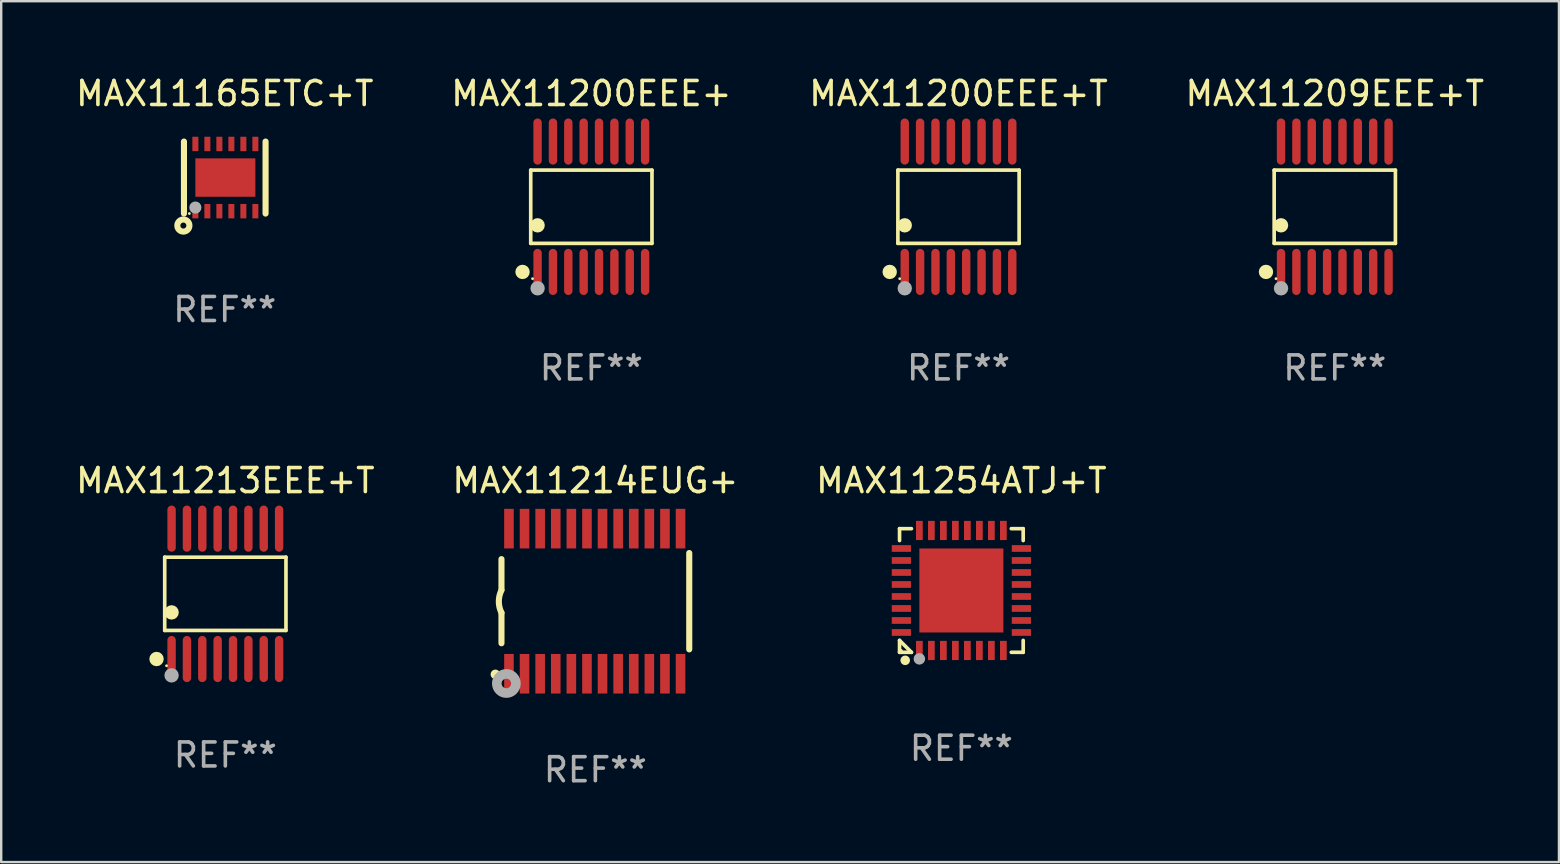
<source format=kicad_pcb>
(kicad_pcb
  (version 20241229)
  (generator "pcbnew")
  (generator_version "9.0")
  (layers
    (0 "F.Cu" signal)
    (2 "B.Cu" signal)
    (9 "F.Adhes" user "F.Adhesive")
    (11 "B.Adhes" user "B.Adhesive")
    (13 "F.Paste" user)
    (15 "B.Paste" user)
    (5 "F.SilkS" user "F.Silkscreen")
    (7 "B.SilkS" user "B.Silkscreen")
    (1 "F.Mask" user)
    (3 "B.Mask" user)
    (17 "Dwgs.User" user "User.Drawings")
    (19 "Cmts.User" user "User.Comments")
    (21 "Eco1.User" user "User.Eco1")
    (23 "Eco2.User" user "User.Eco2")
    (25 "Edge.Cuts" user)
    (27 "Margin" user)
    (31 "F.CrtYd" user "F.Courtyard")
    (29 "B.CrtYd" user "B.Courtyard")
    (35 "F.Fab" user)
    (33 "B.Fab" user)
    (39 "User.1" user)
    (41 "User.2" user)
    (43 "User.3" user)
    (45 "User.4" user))
  (footprint "MAX11254ATJ+T"
    (layer "F.Cu")
    (at 37.006 21.553)
    (property "Reference" "MAX11254ATJ+T" (at 0 -4.576 0) (layer "F.SilkS") (effects (font (size 1 1) (thickness 0.15))))
    (attr through_hole)
    (fp_line (start -2.576 -2.576) (end -2.08 -2.576) (stroke (width 0.152) (type solid)) (layer "F.SilkS"))
    (fp_line (start -2.576 -2.08) (end -2.576 -2.576) (stroke (width 0.152) (type solid)) (layer "F.SilkS"))
    (fp_line (start -2.576 2.08) (end -2.576 2.576) (stroke (width 0.152) (type solid)) (layer "F.SilkS"))
    (fp_line (start -2.576 2.08) (end -2.08 2.576) (stroke (width 0.152) (type solid)) (layer "F.SilkS"))
    (fp_line (start -2.576 2.576) (end -2.08 2.576) (stroke (width 0.152) (type solid)) (layer "F.SilkS"))
    (fp_line (start 2.576 -2.576) (end 2.08 -2.576) (stroke (width 0.152) (type solid)) (layer "F.SilkS"))
    (fp_line (start 2.576 -2.08) (end 2.576 -2.576) (stroke (width 0.152) (type solid)) (layer "F.SilkS"))
    (fp_line (start 2.576 2.08) (end 2.576 2.576) (stroke (width 0.152) (type solid)) (layer "F.SilkS"))
    (fp_line (start 2.576 2.576) (end 2.08 2.576) (stroke (width 0.152) (type solid)) (layer "F.SilkS"))
    (fp_circle (center -2.5 2.5) (end -2.47 2.5) (stroke (width 0.06) (type solid)) (fill no) (layer "F.SilkS"))
    (fp_circle (center -2.34 2.91) (end -2.24 2.91) (stroke (width 0.2) (type solid)) (fill no) (layer "F.SilkS"))
    (fp_circle (center -1.75 2.85) (end -1.63 2.85) (stroke (width 0.24) (type solid)) (fill no) (layer "F.Fab"))
    (fp_text user "REF**" (at 0 6.576 0) (layer "F.Fab") (effects (font (size 1 1) (thickness 0.15))))
    (pad "1" smd rect (at -1.75 2.5) (size 0.28 0.8) (layers "F.Cu" "F.Mask" "F.Paste"))
    (pad "2" smd rect (at -1.25 2.5) (size 0.28 0.8) (layers "F.Cu" "F.Mask" "F.Paste"))
    (pad "3" smd rect (at -0.75 2.5) (size 0.28 0.8) (layers "F.Cu" "F.Mask" "F.Paste"))
    (pad "4" smd rect (at -0.25 2.5) (size 0.28 0.8) (layers "F.Cu" "F.Mask" "F.Paste"))
    (pad "5" smd rect (at 0.25 2.5) (size 0.28 0.8) (layers "F.Cu" "F.Mask" "F.Paste"))
    (pad "6" smd rect (at 0.75 2.5) (size 0.28 0.8) (layers "F.Cu" "F.Mask" "F.Paste"))
    (pad "7" smd rect (at 1.25 2.5) (size 0.28 0.8) (layers "F.Cu" "F.Mask" "F.Paste"))
    (pad "8" smd rect (at 1.75 2.5) (size 0.28 0.8) (layers "F.Cu" "F.Mask" "F.Paste"))
    (pad "9" smd rect (at 2.5 1.75) (size 0.8 0.28) (layers "F.Cu" "F.Mask" "F.Paste"))
    (pad "10" smd rect (at 2.5 1.25) (size 0.8 0.28) (layers "F.Cu" "F.Mask" "F.Paste"))
    (pad "11" smd rect (at 2.5 0.75) (size 0.8 0.28) (layers "F.Cu" "F.Mask" "F.Paste"))
    (pad "12" smd rect (at 2.5 0.25) (size 0.8 0.28) (layers "F.Cu" "F.Mask" "F.Paste"))
    (pad "13" smd rect (at 2.5 -0.25) (size 0.8 0.28) (layers "F.Cu" "F.Mask" "F.Paste"))
    (pad "14" smd rect (at 2.5 -0.75) (size 0.8 0.28) (layers "F.Cu" "F.Mask" "F.Paste"))
    (pad "15" smd rect (at 2.5 -1.25) (size 0.8 0.28) (layers "F.Cu" "F.Mask" "F.Paste"))
    (pad "16" smd rect (at 2.5 -1.75) (size 0.8 0.28) (layers "F.Cu" "F.Mask" "F.Paste"))
    (pad "17" smd rect (at 1.75 -2.5) (size 0.28 0.8) (layers "F.Cu" "F.Mask" "F.Paste"))
    (pad "18" smd rect (at 1.25 -2.5) (size 0.28 0.8) (layers "F.Cu" "F.Mask" "F.Paste"))
    (pad "19" smd rect (at 0.75 -2.5) (size 0.28 0.8) (layers "F.Cu" "F.Mask" "F.Paste"))
    (pad "20" smd rect (at 0.25 -2.5) (size 0.28 0.8) (layers "F.Cu" "F.Mask" "F.Paste"))
    (pad "21" smd rect (at -0.25 -2.5) (size 0.28 0.8) (layers "F.Cu" "F.Mask" "F.Paste"))
    (pad "22" smd rect (at -0.75 -2.5) (size 0.28 0.8) (layers "F.Cu" "F.Mask" "F.Paste"))
    (pad "23" smd rect (at -1.25 -2.5) (size 0.28 0.8) (layers "F.Cu" "F.Mask" "F.Paste"))
    (pad "24" smd rect (at -1.75 -2.5) (size 0.28 0.8) (layers "F.Cu" "F.Mask" "F.Paste"))
    (pad "25" smd rect (at -2.5 -1.75) (size 0.8 0.28) (layers "F.Cu" "F.Mask" "F.Paste"))
    (pad "26" smd rect (at -2.5 -1.25) (size 0.8 0.28) (layers "F.Cu" "F.Mask" "F.Paste"))
    (pad "27" smd rect (at -2.5 -0.75) (size 0.8 0.28) (layers "F.Cu" "F.Mask" "F.Paste"))
    (pad "28" smd rect (at -2.5 -0.25) (size 0.8 0.28) (layers "F.Cu" "F.Mask" "F.Paste"))
    (pad "29" smd rect (at -2.5 0.25) (size 0.8 0.28) (layers "F.Cu" "F.Mask" "F.Paste"))
    (pad "30" smd rect (at -2.5 0.75) (size 0.8 0.28) (layers "F.Cu" "F.Mask" "F.Paste"))
    (pad "31" smd rect (at -2.5 1.25) (size 0.8 0.28) (layers "F.Cu" "F.Mask" "F.Paste"))
    (pad "32" smd rect (at -2.5 1.75) (size 0.8 0.28) (layers "F.Cu" "F.Mask" "F.Paste"))
    (pad "33" smd rect (at 0 0) (size 3.5 3.5) (layers "F.Cu" "F.Mask" "F.Paste")))
  (footprint "MAX11200EEE+T"
    (layer "F.Cu")
    (at 36.887 5.564)
    (property "Reference" "MAX11200EEE+T" (at 0 -4.716 0) (layer "F.SilkS") (effects (font (size 1 1) (thickness 0.15))))
    (attr through_hole)
    (fp_line (start -2.526 -1.526) (end 2.526 -1.526) (stroke (width 0.152) (type solid)) (layer "F.SilkS"))
    (fp_line (start -2.526 1.526) (end -2.526 -1.526) (stroke (width 0.152) (type solid)) (layer "F.SilkS"))
    (fp_line (start 2.526 -1.526) (end 2.526 1.526) (stroke (width 0.152) (type solid)) (layer "F.SilkS"))
    (fp_line (start 2.526 1.526) (end -2.526 1.526) (stroke (width 0.152) (type solid)) (layer "F.SilkS"))
    (fp_circle (center -2.867 2.716) (end -2.717 2.716) (stroke (width 0.3) (type solid)) (fill no) (layer "F.SilkS"))
    (fp_circle (center -2.45 2.997) (end -2.42 2.997) (stroke (width 0.06) (type solid)) (fill no) (layer "F.SilkS"))
    (fp_circle (center -2.24 0.774) (end -2.09 0.774) (stroke (width 0.3) (type solid)) (fill no) (layer "F.SilkS"))
    (fp_circle (center -2.24 3.398) (end -2.09 3.398) (stroke (width 0.3) (type solid)) (fill no) (layer "F.Fab"))
    (fp_text user "REF**" (at 0 6.716 0) (layer "F.Fab") (effects (font (size 1 1) (thickness 0.15))))
    (pad "1" smd oval (at -2.24 2.716) (size 0.35 1.922) (layers "F.Cu" "F.Mask" "F.Paste"))
    (pad "2" smd oval (at -1.6 2.716) (size 0.35 1.922) (layers "F.Cu" "F.Mask" "F.Paste"))
    (pad "3" smd oval (at -0.96 2.716) (size 0.35 1.922) (layers "F.Cu" "F.Mask" "F.Paste"))
    (pad "4" smd oval (at -0.32 2.716) (size 0.35 1.922) (layers "F.Cu" "F.Mask" "F.Paste"))
    (pad "5" smd oval (at 0.32 2.716) (size 0.35 1.922) (layers "F.Cu" "F.Mask" "F.Paste"))
    (pad "6" smd oval (at 0.96 2.716) (size 0.35 1.922) (layers "F.Cu" "F.Mask" "F.Paste"))
    (pad "7" smd oval (at 1.6 2.716) (size 0.35 1.922) (layers "F.Cu" "F.Mask" "F.Paste"))
    (pad "8" smd oval (at 2.24 2.716) (size 0.35 1.922) (layers "F.Cu" "F.Mask" "F.Paste"))
    (pad "9" smd oval (at 2.24 -2.716) (size 0.35 1.922) (layers "F.Cu" "F.Mask" "F.Paste"))
    (pad "10" smd oval (at 1.6 -2.716) (size 0.35 1.922) (layers "F.Cu" "F.Mask" "F.Paste"))
    (pad "11" smd oval (at 0.96 -2.716) (size 0.35 1.922) (layers "F.Cu" "F.Mask" "F.Paste"))
    (pad "12" smd oval (at 0.32 -2.716) (size 0.35 1.922) (layers "F.Cu" "F.Mask" "F.Paste"))
    (pad "13" smd oval (at -0.32 -2.716) (size 0.35 1.922) (layers "F.Cu" "F.Mask" "F.Paste"))
    (pad "14" smd oval (at -0.96 -2.716) (size 0.35 1.922) (layers "F.Cu" "F.Mask" "F.Paste"))
    (pad "15" smd oval (at -1.6 -2.716) (size 0.35 1.922) (layers "F.Cu" "F.Mask" "F.Paste"))
    (pad "16" smd oval (at -2.24 -2.716) (size 0.35 1.922) (layers "F.Cu" "F.Mask" "F.Paste")))
  (footprint "MAX11213EEE+T"
    (layer "F.Cu")
    (at 6.339 21.692)
    (property "Reference" "MAX11213EEE+T" (at 0 -4.716 0) (layer "F.SilkS") (effects (font (size 1 1) (thickness 0.15))))
    (attr through_hole)
    (fp_line (start -2.526 -1.526) (end 2.526 -1.526) (stroke (width 0.152) (type solid)) (layer "F.SilkS"))
    (fp_line (start -2.526 1.526) (end -2.526 -1.526) (stroke (width 0.152) (type solid)) (layer "F.SilkS"))
    (fp_line (start 2.526 -1.526) (end 2.526 1.526) (stroke (width 0.152) (type solid)) (layer "F.SilkS"))
    (fp_line (start 2.526 1.526) (end -2.526 1.526) (stroke (width 0.152) (type solid)) (layer "F.SilkS"))
    (fp_circle (center -2.867 2.716) (end -2.717 2.716) (stroke (width 0.3) (type solid)) (fill no) (layer "F.SilkS"))
    (fp_circle (center -2.45 2.997) (end -2.42 2.997) (stroke (width 0.06) (type solid)) (fill no) (layer "F.SilkS"))
    (fp_circle (center -2.24 0.774) (end -2.09 0.774) (stroke (width 0.3) (type solid)) (fill no) (layer "F.SilkS"))
    (fp_circle (center -2.24 3.398) (end -2.09 3.398) (stroke (width 0.3) (type solid)) (fill no) (layer "F.Fab"))
    (fp_text user "REF**" (at 0 6.716 0) (layer "F.Fab") (effects (font (size 1 1) (thickness 0.15))))
    (pad "1" smd oval (at -2.24 2.716) (size 0.35 1.922) (layers "F.Cu" "F.Mask" "F.Paste"))
    (pad "2" smd oval (at -1.6 2.716) (size 0.35 1.922) (layers "F.Cu" "F.Mask" "F.Paste"))
    (pad "3" smd oval (at -0.96 2.716) (size 0.35 1.922) (layers "F.Cu" "F.Mask" "F.Paste"))
    (pad "4" smd oval (at -0.32 2.716) (size 0.35 1.922) (layers "F.Cu" "F.Mask" "F.Paste"))
    (pad "5" smd oval (at 0.32 2.716) (size 0.35 1.922) (layers "F.Cu" "F.Mask" "F.Paste"))
    (pad "6" smd oval (at 0.96 2.716) (size 0.35 1.922) (layers "F.Cu" "F.Mask" "F.Paste"))
    (pad "7" smd oval (at 1.6 2.716) (size 0.35 1.922) (layers "F.Cu" "F.Mask" "F.Paste"))
    (pad "8" smd oval (at 2.24 2.716) (size 0.35 1.922) (layers "F.Cu" "F.Mask" "F.Paste"))
    (pad "9" smd oval (at 2.24 -2.716) (size 0.35 1.922) (layers "F.Cu" "F.Mask" "F.Paste"))
    (pad "10" smd oval (at 1.6 -2.716) (size 0.35 1.922) (layers "F.Cu" "F.Mask" "F.Paste"))
    (pad "11" smd oval (at 0.96 -2.716) (size 0.35 1.922) (layers "F.Cu" "F.Mask" "F.Paste"))
    (pad "12" smd oval (at 0.32 -2.716) (size 0.35 1.922) (layers "F.Cu" "F.Mask" "F.Paste"))
    (pad "13" smd oval (at -0.32 -2.716) (size 0.35 1.922) (layers "F.Cu" "F.Mask" "F.Paste"))
    (pad "14" smd oval (at -0.96 -2.716) (size 0.35 1.922) (layers "F.Cu" "F.Mask" "F.Paste"))
    (pad "15" smd oval (at -1.6 -2.716) (size 0.35 1.922) (layers "F.Cu" "F.Mask" "F.Paste"))
    (pad "16" smd oval (at -2.24 -2.716) (size 0.35 1.922) (layers "F.Cu" "F.Mask" "F.Paste")))
  (footprint "MAX11200EEE+"
    (layer "F.Cu")
    (at 21.589 5.564)
    (property "Reference" "MAX11200EEE+" (at 0 -4.716 0) (layer "F.SilkS") (effects (font (size 1 1) (thickness 0.15))))
    (attr through_hole)
    (fp_line (start -2.526 -1.526) (end 2.526 -1.526) (stroke (width 0.152) (type solid)) (layer "F.SilkS"))
    (fp_line (start -2.526 1.526) (end -2.526 -1.526) (stroke (width 0.152) (type solid)) (layer "F.SilkS"))
    (fp_line (start 2.526 -1.526) (end 2.526 1.526) (stroke (width 0.152) (type solid)) (layer "F.SilkS"))
    (fp_line (start 2.526 1.526) (end -2.526 1.526) (stroke (width 0.152) (type solid)) (layer "F.SilkS"))
    (fp_circle (center -2.867 2.716) (end -2.717 2.716) (stroke (width 0.3) (type solid)) (fill no) (layer "F.SilkS"))
    (fp_circle (center -2.45 2.997) (end -2.42 2.997) (stroke (width 0.06) (type solid)) (fill no) (layer "F.SilkS"))
    (fp_circle (center -2.24 0.774) (end -2.09 0.774) (stroke (width 0.3) (type solid)) (fill no) (layer "F.SilkS"))
    (fp_circle (center -2.24 3.398) (end -2.09 3.398) (stroke (width 0.3) (type solid)) (fill no) (layer "F.Fab"))
    (fp_text user "REF**" (at 0 6.716 0) (layer "F.Fab") (effects (font (size 1 1) (thickness 0.15))))
    (pad "1" smd oval (at -2.24 2.716) (size 0.35 1.922) (layers "F.Cu" "F.Mask" "F.Paste"))
    (pad "2" smd oval (at -1.6 2.716) (size 0.35 1.922) (layers "F.Cu" "F.Mask" "F.Paste"))
    (pad "3" smd oval (at -0.96 2.716) (size 0.35 1.922) (layers "F.Cu" "F.Mask" "F.Paste"))
    (pad "4" smd oval (at -0.32 2.716) (size 0.35 1.922) (layers "F.Cu" "F.Mask" "F.Paste"))
    (pad "5" smd oval (at 0.32 2.716) (size 0.35 1.922) (layers "F.Cu" "F.Mask" "F.Paste"))
    (pad "6" smd oval (at 0.96 2.716) (size 0.35 1.922) (layers "F.Cu" "F.Mask" "F.Paste"))
    (pad "7" smd oval (at 1.6 2.716) (size 0.35 1.922) (layers "F.Cu" "F.Mask" "F.Paste"))
    (pad "8" smd oval (at 2.24 2.716) (size 0.35 1.922) (layers "F.Cu" "F.Mask" "F.Paste"))
    (pad "9" smd oval (at 2.24 -2.716) (size 0.35 1.922) (layers "F.Cu" "F.Mask" "F.Paste"))
    (pad "10" smd oval (at 1.6 -2.716) (size 0.35 1.922) (layers "F.Cu" "F.Mask" "F.Paste"))
    (pad "11" smd oval (at 0.96 -2.716) (size 0.35 1.922) (layers "F.Cu" "F.Mask" "F.Paste"))
    (pad "12" smd oval (at 0.32 -2.716) (size 0.35 1.922) (layers "F.Cu" "F.Mask" "F.Paste"))
    (pad "13" smd oval (at -0.32 -2.716) (size 0.35 1.922) (layers "F.Cu" "F.Mask" "F.Paste"))
    (pad "14" smd oval (at -0.96 -2.716) (size 0.35 1.922) (layers "F.Cu" "F.Mask" "F.Paste"))
    (pad "15" smd oval (at -1.6 -2.716) (size 0.35 1.922) (layers "F.Cu" "F.Mask" "F.Paste"))
    (pad "16" smd oval (at -2.24 -2.716) (size 0.35 1.922) (layers "F.Cu" "F.Mask" "F.Paste")))
  (footprint "MAX11165ETC+T"
    (layer "F.Cu")
    (at 6.315 4.348)
    (property "Reference" "MAX11165ETC+T" (at 0 -3.5 0) (layer "F.SilkS") (effects (font (size 1 1) (thickness 0.15))))
    (attr through_hole)
    (fp_line (start -1.7 -1.5) (end -1.7 1.5) (stroke (width 0.254) (type solid)) (layer "F.SilkS"))
    (fp_line (start 1.7 -1.5) (end 1.7 1.5) (stroke (width 0.254) (type solid)) (layer "F.SilkS"))
    (fp_circle (center -1.725 2) (end -1.6 2) (stroke (width 0.254) (type solid)) (fill no) (layer "F.SilkS"))
    (fp_circle (center -1.475 1.5) (end -1.445 1.5) (stroke (width 0.06) (type solid)) (fill no) (layer "F.SilkS"))
    (fp_circle (center -1.225 1.25) (end -1.098 1.25) (stroke (width 0.254) (type solid)) (fill no) (layer "F.Fab"))
    (fp_text user "REF**" (at 0 5.5 0) (layer "F.Fab") (effects (font (size 1 1) (thickness 0.15))))
    (pad "1" smd rect (at -1.225 1.4) (size 0.25 0.6) (layers "F.Cu" "F.Mask" "F.Paste"))
    (pad "2" smd rect (at -0.725 1.4) (size 0.25 0.6) (layers "F.Cu" "F.Mask" "F.Paste"))
    (pad "3" smd rect (at -0.225 1.4) (size 0.25 0.6) (layers "F.Cu" "F.Mask" "F.Paste"))
    (pad "4" smd rect (at 0.275 1.4) (size 0.25 0.6) (layers "F.Cu" "F.Mask" "F.Paste"))
    (pad "5" smd rect (at 0.775 1.4) (size 0.25 0.6) (layers "F.Cu" "F.Mask" "F.Paste"))
    (pad "6" smd rect (at 1.275 1.4) (size 0.25 0.6) (layers "F.Cu" "F.Mask" "F.Paste"))
    (pad "7" smd rect (at 1.275 -1.4) (size 0.25 0.6) (layers "F.Cu" "F.Mask" "F.Paste"))
    (pad "8" smd rect (at 0.775 -1.4) (size 0.25 0.6) (layers "F.Cu" "F.Mask" "F.Paste"))
    (pad "9" smd rect (at 0.275 -1.4) (size 0.25 0.6) (layers "F.Cu" "F.Mask" "F.Paste"))
    (pad "10" smd rect (at -0.225 -1.4) (size 0.25 0.6) (layers "F.Cu" "F.Mask" "F.Paste"))
    (pad "11" smd rect (at -0.725 -1.4) (size 0.25 0.6) (layers "F.Cu" "F.Mask" "F.Paste"))
    (pad "12" smd rect (at -1.225 -1.4) (size 0.25 0.6) (layers "F.Cu" "F.Mask" "F.Paste"))
    (pad "13" smd rect (at 0.025 0 90) (size 1.6 2.5) (layers "F.Cu" "F.Mask" "F.Paste")))
  (footprint "MAX11209EEE+T"
    (layer "F.Cu")
    (at 52.565 5.564)
    (property "Reference" "MAX11209EEE+T" (at 0 -4.716 0) (layer "F.SilkS") (effects (font (size 1 1) (thickness 0.15))))
    (attr through_hole)
    (fp_line (start -2.526 -1.526) (end 2.526 -1.526) (stroke (width 0.152) (type solid)) (layer "F.SilkS"))
    (fp_line (start -2.526 1.526) (end -2.526 -1.526) (stroke (width 0.152) (type solid)) (layer "F.SilkS"))
    (fp_line (start 2.526 -1.526) (end 2.526 1.526) (stroke (width 0.152) (type solid)) (layer "F.SilkS"))
    (fp_line (start 2.526 1.526) (end -2.526 1.526) (stroke (width 0.152) (type solid)) (layer "F.SilkS"))
    (fp_circle (center -2.867 2.716) (end -2.717 2.716) (stroke (width 0.3) (type solid)) (fill no) (layer "F.SilkS"))
    (fp_circle (center -2.45 2.997) (end -2.42 2.997) (stroke (width 0.06) (type solid)) (fill no) (layer "F.SilkS"))
    (fp_circle (center -2.24 0.774) (end -2.09 0.774) (stroke (width 0.3) (type solid)) (fill no) (layer "F.SilkS"))
    (fp_circle (center -2.24 3.398) (end -2.09 3.398) (stroke (width 0.3) (type solid)) (fill no) (layer "F.Fab"))
    (fp_text user "REF**" (at 0 6.716 0) (layer "F.Fab") (effects (font (size 1 1) (thickness 0.15))))
    (pad "1" smd oval (at -2.24 2.716) (size 0.35 1.922) (layers "F.Cu" "F.Mask" "F.Paste"))
    (pad "2" smd oval (at -1.6 2.716) (size 0.35 1.922) (layers "F.Cu" "F.Mask" "F.Paste"))
    (pad "3" smd oval (at -0.96 2.716) (size 0.35 1.922) (layers "F.Cu" "F.Mask" "F.Paste"))
    (pad "4" smd oval (at -0.32 2.716) (size 0.35 1.922) (layers "F.Cu" "F.Mask" "F.Paste"))
    (pad "5" smd oval (at 0.32 2.716) (size 0.35 1.922) (layers "F.Cu" "F.Mask" "F.Paste"))
    (pad "6" smd oval (at 0.96 2.716) (size 0.35 1.922) (layers "F.Cu" "F.Mask" "F.Paste"))
    (pad "7" smd oval (at 1.6 2.716) (size 0.35 1.922) (layers "F.Cu" "F.Mask" "F.Paste"))
    (pad "8" smd oval (at 2.24 2.716) (size 0.35 1.922) (layers "F.Cu" "F.Mask" "F.Paste"))
    (pad "9" smd oval (at 2.24 -2.716) (size 0.35 1.922) (layers "F.Cu" "F.Mask" "F.Paste"))
    (pad "10" smd oval (at 1.6 -2.716) (size 0.35 1.922) (layers "F.Cu" "F.Mask" "F.Paste"))
    (pad "11" smd oval (at 0.96 -2.716) (size 0.35 1.922) (layers "F.Cu" "F.Mask" "F.Paste"))
    (pad "12" smd oval (at 0.32 -2.716) (size 0.35 1.922) (layers "F.Cu" "F.Mask" "F.Paste"))
    (pad "13" smd oval (at -0.32 -2.716) (size 0.35 1.922) (layers "F.Cu" "F.Mask" "F.Paste"))
    (pad "14" smd oval (at -0.96 -2.716) (size 0.35 1.922) (layers "F.Cu" "F.Mask" "F.Paste"))
    (pad "15" smd oval (at -1.6 -2.716) (size 0.35 1.922) (layers "F.Cu" "F.Mask" "F.Paste"))
    (pad "16" smd oval (at -2.24 -2.716) (size 0.35 1.922) (layers "F.Cu" "F.Mask" "F.Paste")))
  (footprint "MAX11214EUG+"
    (layer "F.Cu")
    (at 21.756 21.999)
    (property "Reference" "MAX11214EUG+" (at 0 -5.023 0) (layer "F.SilkS") (effects (font (size 1 1) (thickness 0.15))))
    (attr through_hole)
    (fp_line (start -3.912 -0.483) (end -3.912 -1.753) (stroke (width 0.254) (type solid)) (layer "F.SilkS"))
    (fp_line (start -3.912 1.753) (end -3.912 0.483) (stroke (width 0.254) (type solid)) (layer "F.SilkS"))
    (fp_line (start 3.912 -2.007) (end 3.912 2.007) (stroke (width 0.254) (type solid)) (layer "F.SilkS"))
    (fp_arc (start -3.911608 0.482601) (mid -4.022537 0.0127) (end -3.911608 -0.457201) (stroke (width 0.254001) (type solid)) (layer "F.SilkS"))
    (fp_circle (center -4.166 3.048) (end -4.066 3.048) (stroke (width 0.2) (type solid)) (fill no) (layer "F.SilkS"))
    (fp_circle (center -3.925 3.186) (end -3.895 3.186) (stroke (width 0.06) (type solid)) (fill no) (layer "F.SilkS"))
    (fp_circle (center -3.708 3.429) (end -3.509 3.429) (stroke (width 0.4) (type solid)) (fill no) (layer "F.Fab"))
    (fp_text user "REF**" (at 0 7.023 0) (layer "F.Fab") (effects (font (size 1 1) (thickness 0.15))))
    (pad "1" smd rect (at -3.6 3.023) (size 0.4 1.65) (layers "F.Cu" "F.Mask" "F.Paste"))
    (pad "2" smd rect (at -2.95 3.023) (size 0.4 1.65) (layers "F.Cu" "F.Mask" "F.Paste"))
    (pad "3" smd rect (at -2.3 3.023) (size 0.4 1.65) (layers "F.Cu" "F.Mask" "F.Paste"))
    (pad "4" smd rect (at -1.65 3.023) (size 0.4 1.65) (layers "F.Cu" "F.Mask" "F.Paste"))
    (pad "5" smd rect (at -1 3.023) (size 0.4 1.65) (layers "F.Cu" "F.Mask" "F.Paste"))
    (pad "6" smd rect (at -0.35 3.023) (size 0.4 1.65) (layers "F.Cu" "F.Mask" "F.Paste"))
    (pad "7" smd rect (at 0.299 3.023) (size 0.4 1.65) (layers "F.Cu" "F.Mask" "F.Paste"))
    (pad "8" smd rect (at 0.95 3.023) (size 0.4 1.65) (layers "F.Cu" "F.Mask" "F.Paste"))
    (pad "9" smd rect (at 1.6 3.023) (size 0.4 1.65) (layers "F.Cu" "F.Mask" "F.Paste"))
    (pad "10" smd rect (at 2.25 3.023) (size 0.4 1.65) (layers "F.Cu" "F.Mask" "F.Paste"))
    (pad "11" smd rect (at 2.9 3.023) (size 0.4 1.65) (layers "F.Cu" "F.Mask" "F.Paste"))
    (pad "12" smd rect (at 3.549 3.023) (size 0.4 1.65) (layers "F.Cu" "F.Mask" "F.Paste"))
    (pad "13" smd rect (at 3.549 -3.023) (size 0.4 1.65) (layers "F.Cu" "F.Mask" "F.Paste"))
    (pad "14" smd rect (at 2.9 -3.023) (size 0.4 1.65) (layers "F.Cu" "F.Mask" "F.Paste"))
    (pad "15" smd rect (at 2.25 -3.023) (size 0.4 1.65) (layers "F.Cu" "F.Mask" "F.Paste"))
    (pad "16" smd rect (at 1.6 -3.023) (size 0.4 1.65) (layers "F.Cu" "F.Mask" "F.Paste"))
    (pad "17" smd rect (at 0.95 -3.023) (size 0.4 1.65) (layers "F.Cu" "F.Mask" "F.Paste"))
    (pad "18" smd rect (at 0.299 -3.023) (size 0.4 1.65) (layers "F.Cu" "F.Mask" "F.Paste"))
    (pad "19" smd rect (at -0.35 -3.023) (size 0.4 1.65) (layers "F.Cu" "F.Mask" "F.Paste"))
    (pad "20" smd rect (at -1 -3.023) (size 0.4 1.65) (layers "F.Cu" "F.Mask" "F.Paste"))
    (pad "21" smd rect (at -1.65 -3.023) (size 0.4 1.65) (layers "F.Cu" "F.Mask" "F.Paste"))
    (pad "22" smd rect (at -2.3 -3.023) (size 0.4 1.65) (layers "F.Cu" "F.Mask" "F.Paste"))
    (pad "23" smd rect (at -2.95 -3.023) (size 0.4 1.65) (layers "F.Cu" "F.Mask" "F.Paste"))
    (pad "24" smd rect (at -3.6 -3.023) (size 0.4 1.65) (layers "F.Cu" "F.Mask" "F.Paste")))
  (gr_rect
    (start -3 -3)
    (end 61.905 32.87)
    (stroke (width 0.1) (type default))
    (fill no)
    (layer "Edge.Cuts")))
</source>
